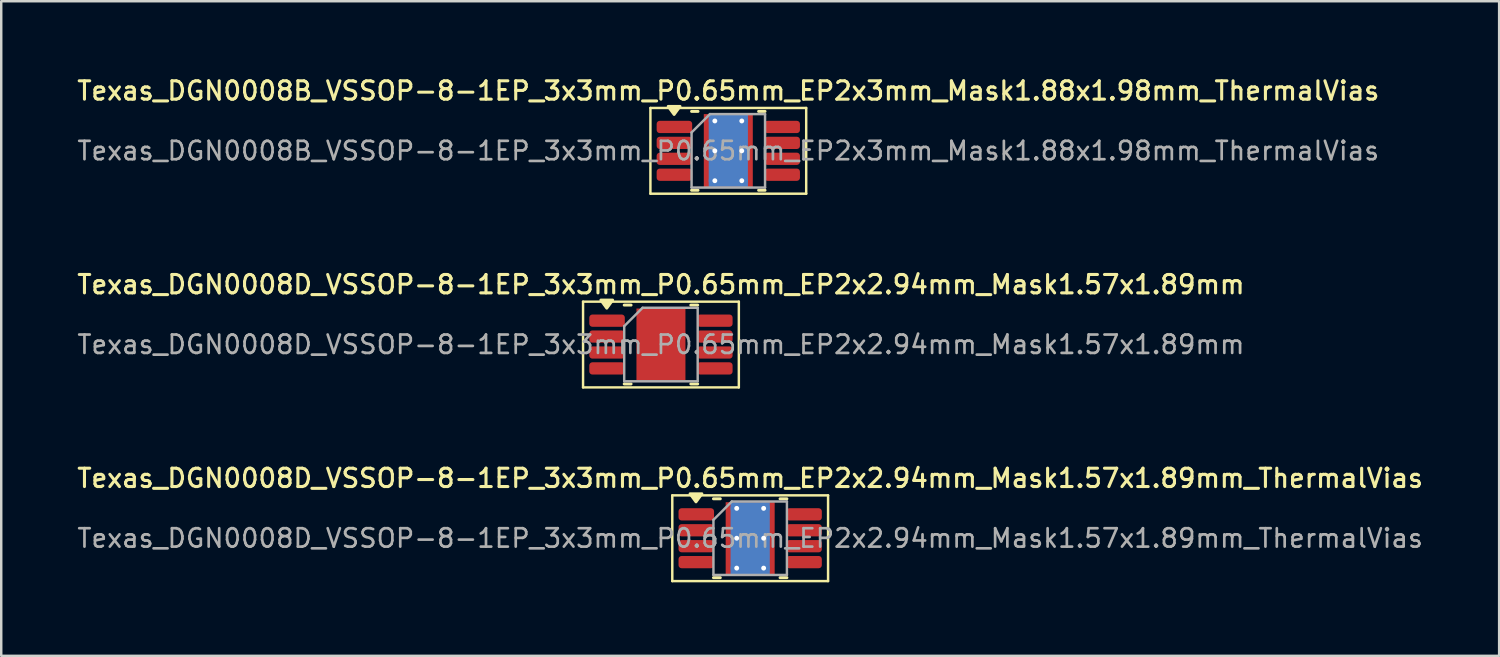
<source format=kicad_pcb>
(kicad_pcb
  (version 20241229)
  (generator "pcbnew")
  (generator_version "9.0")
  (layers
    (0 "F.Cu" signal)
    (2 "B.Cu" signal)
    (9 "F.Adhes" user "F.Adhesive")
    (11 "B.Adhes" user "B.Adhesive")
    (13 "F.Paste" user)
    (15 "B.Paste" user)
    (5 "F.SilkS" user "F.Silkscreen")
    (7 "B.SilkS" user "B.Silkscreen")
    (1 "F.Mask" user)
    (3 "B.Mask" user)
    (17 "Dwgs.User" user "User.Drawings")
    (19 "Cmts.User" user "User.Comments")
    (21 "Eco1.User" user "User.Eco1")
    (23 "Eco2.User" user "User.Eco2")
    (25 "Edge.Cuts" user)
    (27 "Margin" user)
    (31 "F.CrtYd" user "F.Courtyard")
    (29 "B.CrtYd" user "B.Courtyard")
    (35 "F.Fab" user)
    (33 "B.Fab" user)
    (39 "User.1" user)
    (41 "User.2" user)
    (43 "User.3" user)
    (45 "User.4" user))
  (footprint "Texas_DGN0008D_VSSOP-8-1EP_3x3mm_P0.65mm_EP2x2.94mm_Mask1.57x1.89mm_ThermalVias"
    (layer "F.Cu")
    (at 27.577 18.924)
    (property "Reference" "Texas_DGN0008D_VSSOP-8-1EP_3x3mm_P0.65mm_EP2x2.94mm_Mask1.57x1.89mm_ThermalVias" (at 0 -2.45 0) (layer "F.SilkS") (effects (font (size 0.75 0.75) (thickness 0.125))))
    (attr smd)
    (fp_line (start -3.18 -1.75) (end -3.18 1.75) (stroke (width 0.1) (type solid)) (layer "F.SilkS"))
    (fp_line (start -3.18 1.75) (end 3.18 1.75) (stroke (width 0.1) (type solid)) (layer "F.SilkS"))
    (fp_line (start -1.219 -1.61) (end -1.5 -1.61) (stroke (width 0.12) (type solid)) (layer "F.SilkS"))
    (fp_line (start -1.219 1.61) (end -1.5 1.61) (stroke (width 0.12) (type solid)) (layer "F.SilkS"))
    (fp_line (start 1.219 -1.61) (end 1.5 -1.61) (stroke (width 0.12) (type solid)) (layer "F.SilkS"))
    (fp_line (start 1.219 1.61) (end 1.5 1.61) (stroke (width 0.12) (type solid)) (layer "F.SilkS"))
    (fp_line (start 3.18 -1.75) (end -3.18 -1.75) (stroke (width 0.1) (type solid)) (layer "F.SilkS"))
    (fp_line (start 3.18 1.75) (end 3.18 -1.75) (stroke (width 0.1) (type solid)) (layer "F.SilkS"))
    (fp_poly (pts (xy -2.212 -1.485) (xy -2.453 -1.815) (xy -1.972 -1.815) (xy -2.212 -1.485)) (stroke (width 0.12) (type solid)) (fill yes) (layer "F.SilkS"))
    (fp_line (start -1.5 -0.75) (end -0.75 -1.5) (stroke (width 0.1) (type solid)) (layer "F.Fab"))
    (fp_line (start -1.5 1.5) (end -1.5 -0.75) (stroke (width 0.1) (type solid)) (layer "F.Fab"))
    (fp_line (start -0.75 -1.5) (end 1.5 -1.5) (stroke (width 0.1) (type solid)) (layer "F.Fab"))
    (fp_line (start 1.5 -1.5) (end 1.5 1.5) (stroke (width 0.1) (type solid)) (layer "F.Fab"))
    (fp_line (start 1.5 1.5) (end -1.5 1.5) (stroke (width 0.1) (type solid)) (layer "F.Fab"))
    (fp_text user "${REFERENCE}" (at 0 0 0) (layer "F.Fab") (effects (font (size 0.75 0.75) (thickness 0.11))))
    (pad "" smd custom (at 0 -0.472) (size 0.715 0.715) (layers "F.Paste") (options (anchor circle)) (primitives (gr_poly (pts (xy -0.373 -0.306) (xy 0.373 -0.306) (xy 0.373 0.221) (xy 0.288 0.306) (xy -0.288 0.306) (xy -0.373 0.221)) (width 0.206) (fill yes))))
    (pad "" smd rect (at 0 0) (size 1.57 1.89) (layers "F.Mask"))
    (pad "" smd custom (at 0 0.472) (size 0.715 0.715) (layers "F.Paste") (options (anchor circle)) (primitives (gr_poly (pts (xy -0.373 -0.221) (xy -0.288 -0.306) (xy 0.288 -0.306) (xy 0.373 -0.221) (xy 0.373 0.306) (xy -0.373 0.306)) (width 0.206) (fill yes))))
    (pad "1" smd roundrect (at -2.2 -0.975) (size 1.45 0.5) (layers "F.Cu" "F.Mask" "F.Paste") (roundrect_rratio 0.25))
    (pad "2" smd roundrect (at -2.2 -0.325) (size 1.45 0.5) (layers "F.Cu" "F.Mask" "F.Paste") (roundrect_rratio 0.25))
    (pad "3" smd roundrect (at -2.2 0.325) (size 1.45 0.5) (layers "F.Cu" "F.Mask" "F.Paste") (roundrect_rratio 0.25))
    (pad "4" smd roundrect (at -2.2 0.975) (size 1.45 0.5) (layers "F.Cu" "F.Mask" "F.Paste") (roundrect_rratio 0.25))
    (pad "5" smd roundrect (at 2.2 0.975) (size 1.45 0.5) (layers "F.Cu" "F.Mask" "F.Paste") (roundrect_rratio 0.25))
    (pad "6" smd roundrect (at 2.2 0.325) (size 1.45 0.5) (layers "F.Cu" "F.Mask" "F.Paste") (roundrect_rratio 0.25))
    (pad "7" smd roundrect (at 2.2 -0.325) (size 1.45 0.5) (layers "F.Cu" "F.Mask" "F.Paste") (roundrect_rratio 0.25))
    (pad "8" smd roundrect (at 2.2 -0.975) (size 1.45 0.5) (layers "F.Cu" "F.Mask" "F.Paste") (roundrect_rratio 0.25))
    (pad "9" thru_hole circle (at -0.55 -1.22) (size 0.5 0.5) (drill 0.2) (property pad_prop_heatsink) (layers "*.Cu"))
    (pad "9" thru_hole circle (at -0.55 0) (size 0.5 0.5) (drill 0.2) (property pad_prop_heatsink) (layers "*.Cu"))
    (pad "9" thru_hole circle (at -0.55 1.22) (size 0.5 0.5) (drill 0.2) (property pad_prop_heatsink) (layers "*.Cu"))
    (pad "9" smd rect (at 0 0) (size 1.6 2.94) (property pad_prop_heatsink) (layers "B.Cu"))
    (pad "9" smd rect (at 0 0) (size 2 2.94) (property pad_prop_heatsink) (layers "F.Cu"))
    (pad "9" thru_hole circle (at 0.55 -1.22) (size 0.5 0.5) (drill 0.2) (property pad_prop_heatsink) (layers "*.Cu"))
    (pad "9" thru_hole circle (at 0.55 0) (size 0.5 0.5) (drill 0.2) (property pad_prop_heatsink) (layers "*.Cu"))
    (pad "9" thru_hole circle (at 0.55 1.22) (size 0.5 0.5) (drill 0.2) (property pad_prop_heatsink) (layers "*.Cu")))
  (footprint "Texas_DGN0008D_VSSOP-8-1EP_3x3mm_P0.65mm_EP2x2.94mm_Mask1.57x1.89mm"
    (layer "F.Cu")
    (at 23.934 11.016)
    (property "Reference" "Texas_DGN0008D_VSSOP-8-1EP_3x3mm_P0.65mm_EP2x2.94mm_Mask1.57x1.89mm" (at 0 -2.45 0) (layer "F.SilkS") (effects (font (size 0.75 0.75) (thickness 0.125))))
    (attr smd)
    (fp_line (start -3.18 -1.75) (end -3.18 1.75) (stroke (width 0.1) (type solid)) (layer "F.SilkS"))
    (fp_line (start -3.18 1.75) (end 3.18 1.75) (stroke (width 0.1) (type solid)) (layer "F.SilkS"))
    (fp_line (start -1.219 -1.61) (end -1.5 -1.61) (stroke (width 0.12) (type solid)) (layer "F.SilkS"))
    (fp_line (start -1.219 1.61) (end -1.5 1.61) (stroke (width 0.12) (type solid)) (layer "F.SilkS"))
    (fp_line (start 1.219 -1.61) (end 1.5 -1.61) (stroke (width 0.12) (type solid)) (layer "F.SilkS"))
    (fp_line (start 1.219 1.61) (end 1.5 1.61) (stroke (width 0.12) (type solid)) (layer "F.SilkS"))
    (fp_line (start 3.18 -1.75) (end -3.18 -1.75) (stroke (width 0.1) (type solid)) (layer "F.SilkS"))
    (fp_line (start 3.18 1.75) (end 3.18 -1.75) (stroke (width 0.1) (type solid)) (layer "F.SilkS"))
    (fp_poly (pts (xy -2.212 -1.485) (xy -2.453 -1.815) (xy -1.972 -1.815) (xy -2.212 -1.485)) (stroke (width 0.12) (type solid)) (fill yes) (layer "F.SilkS"))
    (fp_line (start -1.5 -0.75) (end -0.75 -1.5) (stroke (width 0.1) (type solid)) (layer "F.Fab"))
    (fp_line (start -1.5 1.5) (end -1.5 -0.75) (stroke (width 0.1) (type solid)) (layer "F.Fab"))
    (fp_line (start -0.75 -1.5) (end 1.5 -1.5) (stroke (width 0.1) (type solid)) (layer "F.Fab"))
    (fp_line (start 1.5 -1.5) (end 1.5 1.5) (stroke (width 0.1) (type solid)) (layer "F.Fab"))
    (fp_line (start 1.5 1.5) (end -1.5 1.5) (stroke (width 0.1) (type solid)) (layer "F.Fab"))
    (fp_text user "${REFERENCE}" (at 0 0 0) (layer "F.Fab") (effects (font (size 0.75 0.75) (thickness 0.11))))
    (pad "" smd roundrect (at 0 0) (size 1.27 1.52) (layers "F.Paste") (roundrect_rratio 0.197))
    (pad "" smd rect (at 0 0) (size 1.57 1.89) (layers "F.Mask"))
    (pad "1" smd roundrect (at -2.2 -0.975) (size 1.45 0.5) (layers "F.Cu" "F.Mask" "F.Paste") (roundrect_rratio 0.25))
    (pad "2" smd roundrect (at -2.2 -0.325) (size 1.45 0.5) (layers "F.Cu" "F.Mask" "F.Paste") (roundrect_rratio 0.25))
    (pad "3" smd roundrect (at -2.2 0.325) (size 1.45 0.5) (layers "F.Cu" "F.Mask" "F.Paste") (roundrect_rratio 0.25))
    (pad "4" smd roundrect (at -2.2 0.975) (size 1.45 0.5) (layers "F.Cu" "F.Mask" "F.Paste") (roundrect_rratio 0.25))
    (pad "5" smd roundrect (at 2.2 0.975) (size 1.45 0.5) (layers "F.Cu" "F.Mask" "F.Paste") (roundrect_rratio 0.25))
    (pad "6" smd roundrect (at 2.2 0.325) (size 1.45 0.5) (layers "F.Cu" "F.Mask" "F.Paste") (roundrect_rratio 0.25))
    (pad "7" smd roundrect (at 2.2 -0.325) (size 1.45 0.5) (layers "F.Cu" "F.Mask" "F.Paste") (roundrect_rratio 0.25))
    (pad "8" smd roundrect (at 2.2 -0.975) (size 1.45 0.5) (layers "F.Cu" "F.Mask" "F.Paste") (roundrect_rratio 0.25))
    (pad "9" smd rect (at 0 0) (size 2 2.94) (property pad_prop_heatsink) (layers "F.Cu")))
  (footprint "Texas_DGN0008B_VSSOP-8-1EP_3x3mm_P0.65mm_EP2x3mm_Mask1.88x1.98mm_ThermalVias"
    (layer "F.Cu")
    (at 26.684 3.108)
    (property "Reference" "Texas_DGN0008B_VSSOP-8-1EP_3x3mm_P0.65mm_EP2x3mm_Mask1.88x1.98mm_ThermalVias" (at 0 -2.45 0) (layer "F.SilkS") (effects (font (size 0.75 0.75) (thickness 0.125))))
    (attr smd)
    (fp_line (start -3.18 -1.75) (end -3.18 1.75) (stroke (width 0.1) (type solid)) (layer "F.SilkS"))
    (fp_line (start -3.18 1.75) (end 3.18 1.75) (stroke (width 0.1) (type solid)) (layer "F.SilkS"))
    (fp_line (start -1.236 -1.61) (end -1.5 -1.61) (stroke (width 0.12) (type solid)) (layer "F.SilkS"))
    (fp_line (start -1.236 1.61) (end -1.5 1.61) (stroke (width 0.12) (type solid)) (layer "F.SilkS"))
    (fp_line (start 1.236 -1.61) (end 1.5 -1.61) (stroke (width 0.12) (type solid)) (layer "F.SilkS"))
    (fp_line (start 1.236 1.61) (end 1.5 1.61) (stroke (width 0.12) (type solid)) (layer "F.SilkS"))
    (fp_line (start 3.18 -1.75) (end -3.18 -1.75) (stroke (width 0.1) (type solid)) (layer "F.SilkS"))
    (fp_line (start 3.18 1.75) (end 3.18 -1.75) (stroke (width 0.1) (type solid)) (layer "F.SilkS"))
    (fp_poly (pts (xy -2.212 -1.485) (xy -2.453 -1.815) (xy -1.972 -1.815) (xy -2.212 -1.485)) (stroke (width 0.12) (type solid)) (fill yes) (layer "F.SilkS"))
    (fp_line (start -1.5 -0.75) (end -0.75 -1.5) (stroke (width 0.1) (type solid)) (layer "F.Fab"))
    (fp_line (start -1.5 1.5) (end -1.5 -0.75) (stroke (width 0.1) (type solid)) (layer "F.Fab"))
    (fp_line (start -0.75 -1.5) (end 1.5 -1.5) (stroke (width 0.1) (type solid)) (layer "F.Fab"))
    (fp_line (start 1.5 -1.5) (end 1.5 1.5) (stroke (width 0.1) (type solid)) (layer "F.Fab"))
    (fp_line (start 1.5 1.5) (end -1.5 1.5) (stroke (width 0.1) (type solid)) (layer "F.Fab"))
    (fp_text user "${REFERENCE}" (at 0 0 0) (layer "F.Fab") (effects (font (size 0.75 0.75) (thickness 0.11))))
    (pad "" smd custom (at -0.745 -0.495) (size 0.203 0.203) (layers "F.Paste") (options (anchor circle)) (primitives (gr_poly (pts (xy -0.095 -0.355) (xy 0.095 -0.355) (xy 0.095 0.208) (xy -0.052 0.355) (xy -0.095 0.355)) (width 0.147) (fill yes))))
    (pad "" smd custom (at -0.745 0.495) (size 0.203 0.203) (layers "F.Paste") (options (anchor circle)) (primitives (gr_poly (pts (xy -0.095 -0.355) (xy -0.052 -0.355) (xy 0.095 -0.208) (xy 0.095 0.355) (xy -0.095 0.355)) (width 0.147) (fill yes))))
    (pad "" smd custom (at 0 -0.495) (size 0.756 0.756) (layers "F.Paste") (options (anchor circle)) (primitives (gr_poly (pts (xy -0.375 -0.328) (xy 0.375 -0.328) (xy 0.375 0.244) (xy 0.292 0.328) (xy -0.292 0.328) (xy -0.375 0.244)) (width 0.202) (fill yes))))
    (pad "" smd rect (at 0 0) (size 1.88 1.98) (layers "F.Mask"))
    (pad "" smd custom (at 0 0.495) (size 0.756 0.756) (layers "F.Paste") (options (anchor circle)) (primitives (gr_poly (pts (xy -0.375 -0.244) (xy -0.292 -0.328) (xy 0.292 -0.328) (xy 0.375 -0.244) (xy 0.375 0.328) (xy -0.375 0.328)) (width 0.202) (fill yes))))
    (pad "" smd custom (at 0.745 -0.495) (size 0.203 0.203) (layers "F.Paste") (options (anchor circle)) (primitives (gr_poly (pts (xy -0.095 -0.355) (xy 0.095 -0.355) (xy 0.095 0.355) (xy 0.052 0.355) (xy -0.095 0.208)) (width 0.147) (fill yes))))
    (pad "" smd custom (at 0.745 0.495) (size 0.203 0.203) (layers "F.Paste") (options (anchor circle)) (primitives (gr_poly (pts (xy -0.095 -0.208) (xy 0.052 -0.355) (xy 0.095 -0.355) (xy 0.095 0.355) (xy -0.095 0.355)) (width 0.147) (fill yes))))
    (pad "1" smd roundrect (at -2.2 -0.975) (size 1.45 0.5) (layers "F.Cu" "F.Mask" "F.Paste") (roundrect_rratio 0.25))
    (pad "2" smd roundrect (at -2.2 -0.325) (size 1.45 0.5) (layers "F.Cu" "F.Mask" "F.Paste") (roundrect_rratio 0.25))
    (pad "3" smd roundrect (at -2.2 0.325) (size 1.45 0.5) (layers "F.Cu" "F.Mask" "F.Paste") (roundrect_rratio 0.25))
    (pad "4" smd roundrect (at -2.2 0.975) (size 1.45 0.5) (layers "F.Cu" "F.Mask" "F.Paste") (roundrect_rratio 0.25))
    (pad "5" smd roundrect (at 2.2 0.975) (size 1.45 0.5) (layers "F.Cu" "F.Mask" "F.Paste") (roundrect_rratio 0.25))
    (pad "6" smd roundrect (at 2.2 0.325) (size 1.45 0.5) (layers "F.Cu" "F.Mask" "F.Paste") (roundrect_rratio 0.25))
    (pad "7" smd roundrect (at 2.2 -0.325) (size 1.45 0.5) (layers "F.Cu" "F.Mask" "F.Paste") (roundrect_rratio 0.25))
    (pad "8" smd roundrect (at 2.2 -0.975) (size 1.45 0.5) (layers "F.Cu" "F.Mask" "F.Paste") (roundrect_rratio 0.25))
    (pad "9" thru_hole circle (at -0.55 -1.22) (size 0.5 0.5) (drill 0.2) (property pad_prop_heatsink) (layers "*.Cu"))
    (pad "9" thru_hole circle (at -0.55 0) (size 0.5 0.5) (drill 0.2) (property pad_prop_heatsink) (layers "*.Cu"))
    (pad "9" thru_hole circle (at -0.55 1.22) (size 0.5 0.5) (drill 0.2) (property pad_prop_heatsink) (layers "*.Cu"))
    (pad "9" smd rect (at 0 0) (size 1.6 2.94) (property pad_prop_heatsink) (layers "B.Cu"))
    (pad "9" smd rect (at 0 0) (size 2 3) (property pad_prop_heatsink) (layers "F.Cu"))
    (pad "9" thru_hole circle (at 0.55 -1.22) (size 0.5 0.5) (drill 0.2) (property pad_prop_heatsink) (layers "*.Cu"))
    (pad "9" thru_hole circle (at 0.55 0) (size 0.5 0.5) (drill 0.2) (property pad_prop_heatsink) (layers "*.Cu"))
    (pad "9" thru_hole circle (at 0.55 1.22) (size 0.5 0.5) (drill 0.2) (property pad_prop_heatsink) (layers "*.Cu")))
  (gr_rect
    (start -3 -3)
    (end 58.154 23.724)
    (stroke (width 0.1) (type default))
    (fill no)
    (layer "Edge.Cuts")))
</source>
